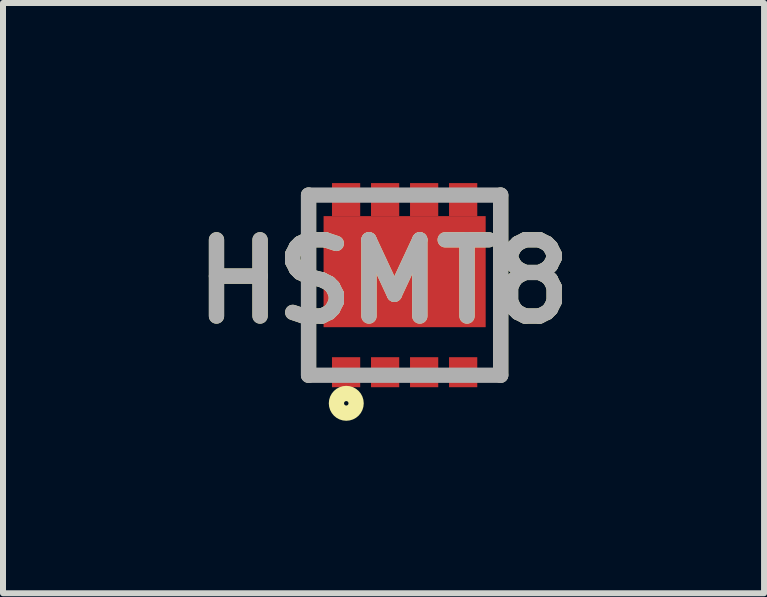
<source format=kicad_pcb>
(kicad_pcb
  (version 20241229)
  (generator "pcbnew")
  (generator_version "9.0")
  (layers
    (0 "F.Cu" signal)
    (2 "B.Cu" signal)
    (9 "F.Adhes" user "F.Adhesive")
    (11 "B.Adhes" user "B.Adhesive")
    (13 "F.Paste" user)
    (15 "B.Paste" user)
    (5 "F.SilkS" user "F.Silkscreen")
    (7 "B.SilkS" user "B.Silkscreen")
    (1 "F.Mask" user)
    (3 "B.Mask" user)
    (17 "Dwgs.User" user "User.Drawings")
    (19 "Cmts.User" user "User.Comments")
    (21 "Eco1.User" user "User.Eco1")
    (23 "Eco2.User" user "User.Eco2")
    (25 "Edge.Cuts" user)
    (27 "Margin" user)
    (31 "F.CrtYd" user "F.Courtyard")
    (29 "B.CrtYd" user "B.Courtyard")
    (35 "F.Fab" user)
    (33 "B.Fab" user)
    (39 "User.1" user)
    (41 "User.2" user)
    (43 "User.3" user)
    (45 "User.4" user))
  (footprint "HSMT8"
    (layer "F.Cu")
    (at 3.69 1.7)
    (property "Reference" "HSMT8" (at -0.352 -0.06 0) (layer "F.SilkS") (effects (font (size 1.27 1.27) (thickness 0.254))))
    (attr smd)
    (fp_line (start -1.6 -1.5) (end -1.6 1.5) (stroke (width 0.254) (type solid)) (layer "F.SilkS"))
    (fp_line (start 1.6 1.5) (end 1.6 -1.5) (stroke (width 0.254) (type solid)) (layer "F.SilkS"))
    (fp_circle (center -0.972 1.968) (end -0.972 2.005) (stroke (width 0.254) (type solid)) (fill no) (layer "F.SilkS"))
    (fp_line (start -1.6 -1.5) (end 1.6 -1.5) (stroke (width 0.254) (type solid)) (layer "F.Fab"))
    (fp_line (start -1.6 1.5) (end -1.6 -1.5) (stroke (width 0.254) (type solid)) (layer "F.Fab"))
    (fp_line (start 1.6 -1.5) (end 1.6 1.5) (stroke (width 0.254) (type solid)) (layer "F.Fab"))
    (fp_line (start 1.6 1.5) (end -1.6 1.5) (stroke (width 0.254) (type solid)) (layer "F.Fab"))
    (fp_text user "${REFERENCE}" (at -0.352 -0.06 0) (layer "F.Fab") (effects (font (size 1.27 1.27) (thickness 0.254))))
    (pad "1" smd rect (at -0.975 1.45) (size 0.47 0.5) (layers "F.Cu" "F.Mask" "F.Paste"))
    (pad "2" smd rect (at -0.325 1.45) (size 0.47 0.5) (layers "F.Cu" "F.Mask" "F.Paste"))
    (pad "3" smd rect (at 0.325 1.45) (size 0.47 0.5) (layers "F.Cu" "F.Mask" "F.Paste"))
    (pad "4" smd rect (at 0.975 1.45) (size 0.47 0.5) (layers "F.Cu" "F.Mask" "F.Paste"))
    (pad "5" smd rect (at 0.975 -1.425) (size 0.47 0.55) (layers "F.Cu" "F.Mask" "F.Paste"))
    (pad "6" smd rect (at 0.325 -1.425) (size 0.47 0.55) (layers "F.Cu" "F.Mask" "F.Paste"))
    (pad "7" smd rect (at -0.325 -1.425) (size 0.47 0.55) (layers "F.Cu" "F.Mask" "F.Paste"))
    (pad "8" smd rect (at -0.975 -1.425) (size 0.47 0.55) (layers "F.Cu" "F.Mask" "F.Paste"))
    (pad "9" smd rect (at 0 -0.225 90) (size 1.85 2.7) (layers "F.Cu" "F.Mask" "F.Paste")))
  (gr_rect
    (start -3 -3)
    (end 9.677 6.832)
    (stroke (width 0.1) (type default))
    (fill no)
    (layer "Edge.Cuts")))
</source>
